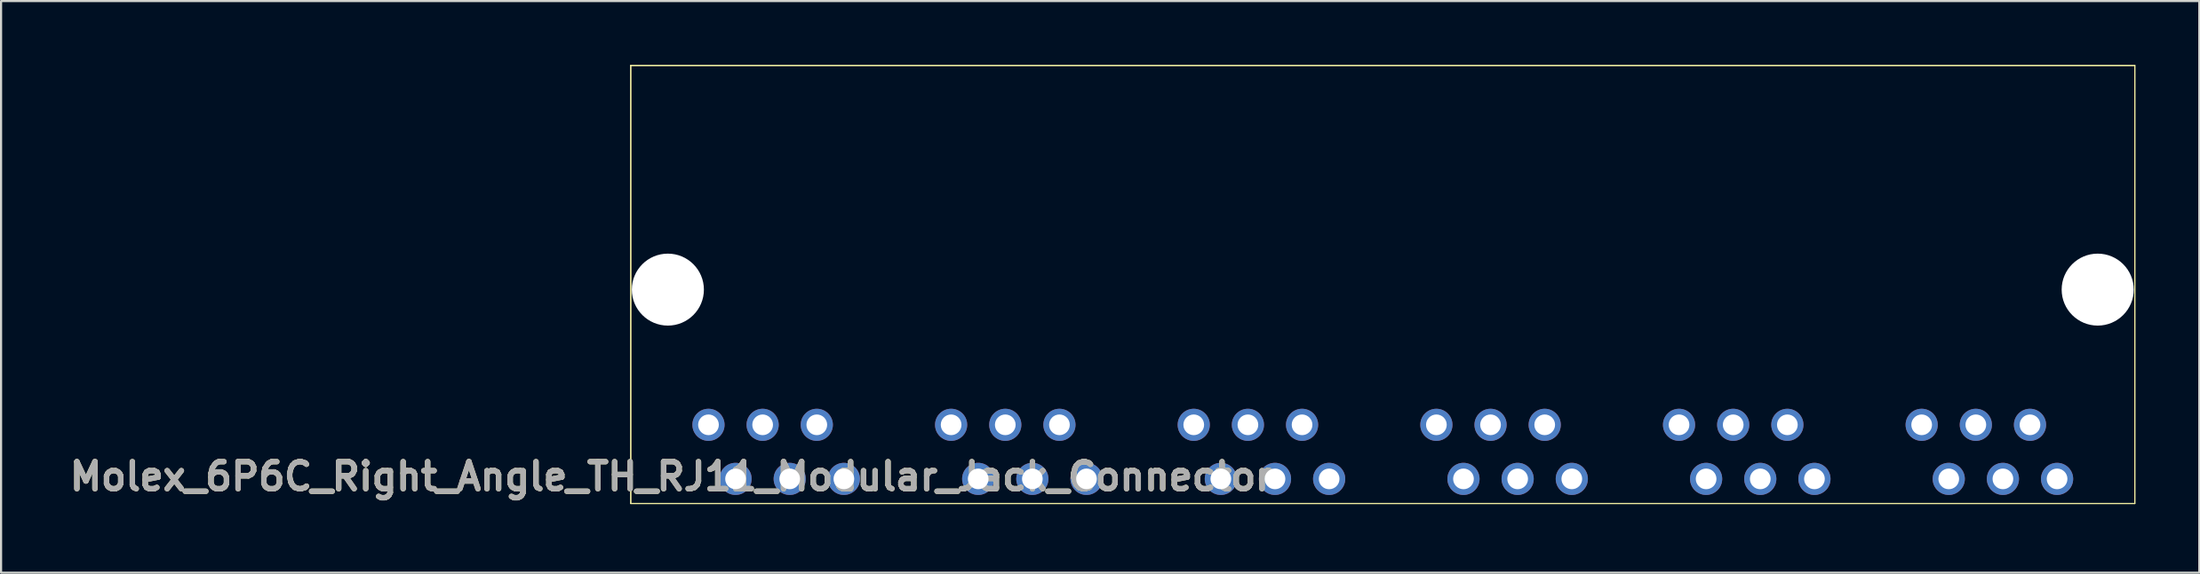
<source format=kicad_pcb>
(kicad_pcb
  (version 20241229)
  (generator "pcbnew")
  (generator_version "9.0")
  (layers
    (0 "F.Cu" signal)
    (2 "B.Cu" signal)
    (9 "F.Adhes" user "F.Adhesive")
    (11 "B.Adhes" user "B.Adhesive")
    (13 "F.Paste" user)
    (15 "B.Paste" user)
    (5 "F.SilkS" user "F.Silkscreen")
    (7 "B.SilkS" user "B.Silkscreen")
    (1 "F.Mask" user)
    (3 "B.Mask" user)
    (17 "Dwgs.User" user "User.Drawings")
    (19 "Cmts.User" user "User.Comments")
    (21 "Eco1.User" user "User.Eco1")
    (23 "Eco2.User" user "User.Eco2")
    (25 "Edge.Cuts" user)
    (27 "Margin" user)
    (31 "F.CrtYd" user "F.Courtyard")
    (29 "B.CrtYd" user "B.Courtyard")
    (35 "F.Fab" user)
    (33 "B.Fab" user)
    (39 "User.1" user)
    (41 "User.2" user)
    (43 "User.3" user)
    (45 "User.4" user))
  (footprint "Molex_6P6C_Right_Angle_TH_RJ11_Modular_Jack_Connector"
    (layer "F.Cu")
    (at 26.531 20.599)
    (property "Reference" "Molex_6P6C_Right_Angle_TH_RJ11_Modular_Jack_Connector" (at 1.905 -1.27 0) (layer "F.SilkS") (effects (font (size 1.27 1.27) (thickness 0.254))))
    (attr through_hole)
    (fp_line (start 0 -20.574) (end 70.536 -20.574) (stroke (width 0.05) (type solid)) (layer "F.SilkS"))
    (fp_line (start 0 -20.574) (end 70.536 -20.574) (stroke (width 0.05) (type solid)) (layer "F.SilkS"))
    (fp_line (start 0 0) (end 0 -20.574) (stroke (width 0.05) (type solid)) (layer "F.SilkS"))
    (fp_line (start 0 0) (end 0 -20.574) (stroke (width 0.05) (type solid)) (layer "F.SilkS"))
    (fp_line (start 70.536 -20.574) (end 70.536 0) (stroke (width 0.05) (type solid)) (layer "F.SilkS"))
    (fp_line (start 70.536 -20.574) (end 70.536 0) (stroke (width 0.05) (type solid)) (layer "F.SilkS"))
    (fp_line (start 70.536 0) (end 0 0) (stroke (width 0.05) (type solid)) (layer "F.SilkS"))
    (fp_line (start 70.536 0) (end 0 0) (stroke (width 0.05) (type solid)) (layer "F.SilkS"))
    (fp_text user "${REFERENCE}" (at 1.905 -1.27 0) (layer "F.Fab") (effects (font (size 1.27 1.27) (thickness 0.254))))
    (pad "" np_thru_hole circle (at 1.74 -10.046) (size 3.38 3.38) (drill 3.38) (layers "*.Cu" "*.Mask"))
    (pad "" np_thru_hole circle (at 68.796 -10.046) (size 3.38 3.38) (drill 3.38) (layers "*.Cu" "*.Mask"))
    (pad "1" thru_hole circle (at 66.891 -1.156) (size 1.509 1.509) (drill 0.97) (layers "*.Cu" "*.Mask"))
    (pad "2" thru_hole circle (at 65.621 -3.696) (size 1.509 1.509) (drill 0.97) (layers "*.Cu" "*.Mask"))
    (pad "3" thru_hole circle (at 64.351 -1.156) (size 1.509 1.509) (drill 0.97) (layers "*.Cu" "*.Mask"))
    (pad "4" thru_hole circle (at 63.081 -3.696) (size 1.509 1.509) (drill 0.97) (layers "*.Cu" "*.Mask"))
    (pad "5" thru_hole circle (at 61.811 -1.156) (size 1.509 1.509) (drill 0.97) (layers "*.Cu" "*.Mask"))
    (pad "6" thru_hole circle (at 60.541 -3.696) (size 1.509 1.509) (drill 0.97) (layers "*.Cu" "*.Mask"))
    (pad "7" thru_hole circle (at 55.512 -1.156) (size 1.509 1.509) (drill 0.97) (layers "*.Cu" "*.Mask"))
    (pad "8" thru_hole circle (at 54.242 -3.696) (size 1.509 1.509) (drill 0.97) (layers "*.Cu" "*.Mask"))
    (pad "9" thru_hole circle (at 52.972 -1.156) (size 1.509 1.509) (drill 0.97) (layers "*.Cu" "*.Mask"))
    (pad "10" thru_hole circle (at 51.702 -3.696) (size 1.509 1.509) (drill 0.97) (layers "*.Cu" "*.Mask"))
    (pad "11" thru_hole circle (at 50.432 -1.156) (size 1.509 1.509) (drill 0.97) (layers "*.Cu" "*.Mask"))
    (pad "12" thru_hole circle (at 49.162 -3.696) (size 1.509 1.509) (drill 0.97) (layers "*.Cu" "*.Mask"))
    (pad "13" thru_hole circle (at 44.133 -1.156) (size 1.509 1.509) (drill 0.97) (layers "*.Cu" "*.Mask"))
    (pad "14" thru_hole circle (at 42.862 -3.696) (size 1.509 1.509) (drill 0.97) (layers "*.Cu" "*.Mask"))
    (pad "15" thru_hole circle (at 41.593 -1.156) (size 1.509 1.509) (drill 0.97) (layers "*.Cu" "*.Mask"))
    (pad "16" thru_hole circle (at 40.322 -3.696) (size 1.509 1.509) (drill 0.97) (layers "*.Cu" "*.Mask"))
    (pad "17" thru_hole circle (at 39.053 -1.156) (size 1.509 1.509) (drill 0.97) (layers "*.Cu" "*.Mask"))
    (pad "18" thru_hole circle (at 37.782 -3.696) (size 1.509 1.509) (drill 0.97) (layers "*.Cu" "*.Mask"))
    (pad "19" thru_hole circle (at 32.753 -1.156) (size 1.509 1.509) (drill 0.97) (layers "*.Cu" "*.Mask"))
    (pad "20" thru_hole circle (at 31.483 -3.696) (size 1.509 1.509) (drill 0.97) (layers "*.Cu" "*.Mask"))
    (pad "21" thru_hole circle (at 30.213 -1.156) (size 1.509 1.509) (drill 0.97) (layers "*.Cu" "*.Mask"))
    (pad "22" thru_hole circle (at 28.943 -3.696) (size 1.509 1.509) (drill 0.97) (layers "*.Cu" "*.Mask"))
    (pad "23" thru_hole circle (at 27.673 -1.156) (size 1.509 1.509) (drill 0.97) (layers "*.Cu" "*.Mask"))
    (pad "24" thru_hole circle (at 26.403 -3.696) (size 1.509 1.509) (drill 0.97) (layers "*.Cu" "*.Mask"))
    (pad "25" thru_hole circle (at 21.374 -1.156) (size 1.509 1.509) (drill 0.97) (layers "*.Cu" "*.Mask"))
    (pad "26" thru_hole circle (at 20.104 -3.696) (size 1.509 1.509) (drill 0.97) (layers "*.Cu" "*.Mask"))
    (pad "27" thru_hole circle (at 18.834 -1.156) (size 1.509 1.509) (drill 0.97) (layers "*.Cu" "*.Mask"))
    (pad "28" thru_hole circle (at 17.564 -3.696) (size 1.509 1.509) (drill 0.97) (layers "*.Cu" "*.Mask"))
    (pad "29" thru_hole circle (at 16.294 -1.156) (size 1.509 1.509) (drill 0.97) (layers "*.Cu" "*.Mask"))
    (pad "30" thru_hole circle (at 15.024 -3.696) (size 1.509 1.509) (drill 0.97) (layers "*.Cu" "*.Mask"))
    (pad "31" thru_hole circle (at 9.995 -1.156) (size 1.509 1.509) (drill 0.97) (layers "*.Cu" "*.Mask"))
    (pad "32" thru_hole circle (at 8.725 -3.696) (size 1.509 1.509) (drill 0.97) (layers "*.Cu" "*.Mask"))
    (pad "33" thru_hole circle (at 7.455 -1.156) (size 1.509 1.509) (drill 0.97) (layers "*.Cu" "*.Mask"))
    (pad "34" thru_hole circle (at 6.185 -3.696) (size 1.509 1.509) (drill 0.97) (layers "*.Cu" "*.Mask"))
    (pad "35" thru_hole circle (at 4.915 -1.156) (size 1.509 1.509) (drill 0.97) (layers "*.Cu" "*.Mask"))
    (pad "36" thru_hole circle (at 3.645 -3.696) (size 1.509 1.509) (drill 0.97) (layers "*.Cu" "*.Mask")))
  (gr_rect
    (start -3 -3)
    (end 100.092 23.849)
    (stroke (width 0.1) (type default))
    (fill no)
    (layer "Edge.Cuts")))
</source>
